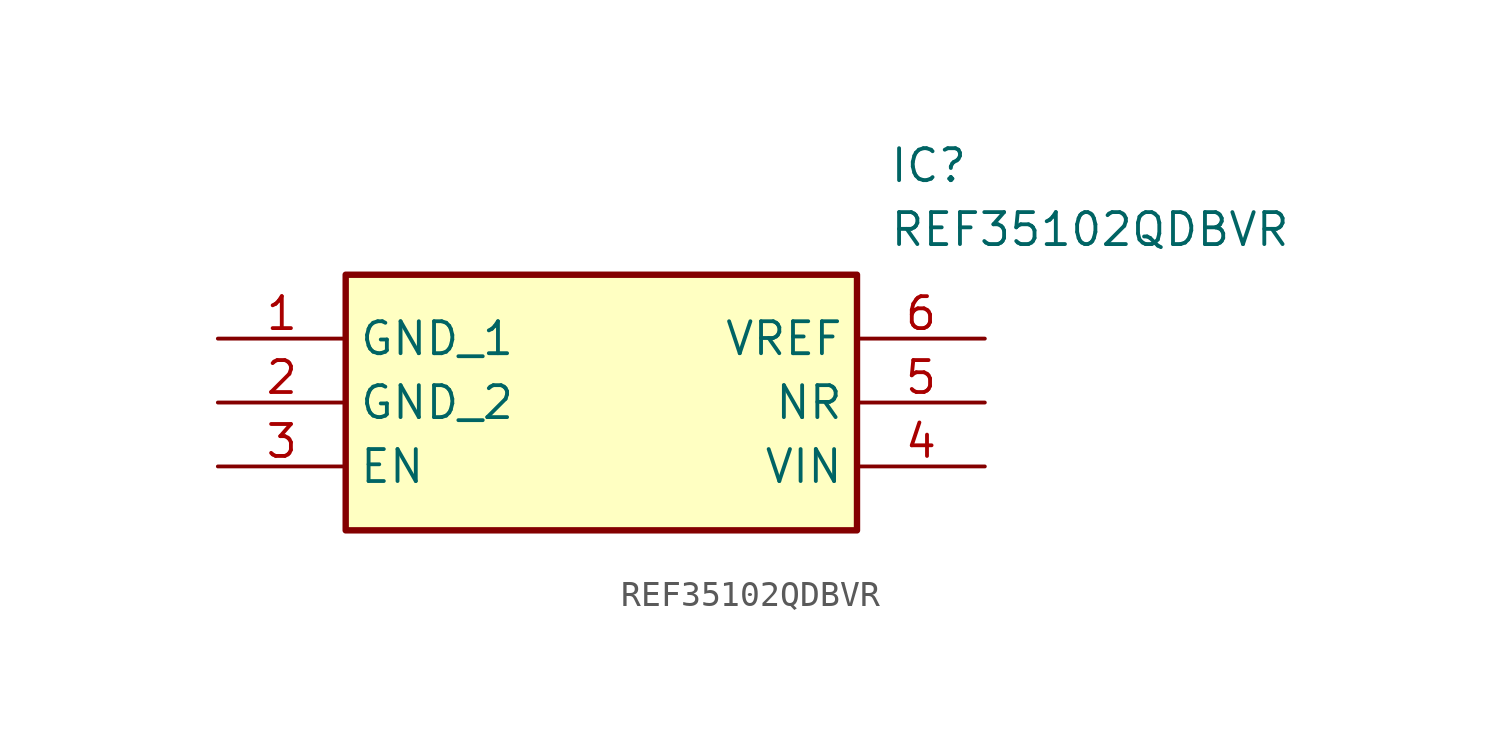
<source format=kicad_sym>
(kicad_symbol_lib
  (version 20211014)
  (generator SamacSys_ECAD_Model)
  (symbol "REF35102QDBVR"
    (property "Reference" "IC"
      (at 26.67 7.62 0)
      (effects (font (size 1.27 1.27)) (justify left top)))
    (property "Value" "REF35102QDBVR"
      (at 26.67 5.08 0)
      (effects (font (size 1.27 1.27)) (justify left top)))
    (rectangle
      (start 5.08 2.54)
      (end 25.4 -7.62)
      (stroke (width 0.254) (type default))
      (fill (type background)))
    (pin passive line
      (at 0 0 0)
      (length 5.08)
      (name "GND_1" (effects (font (size 1.27 1.27))))
      (number "1" (effects (font (size 1.27 1.27)))))
    (pin passive line
      (at 0 -2.54 0)
      (length 5.08)
      (name "GND_2" (effects (font (size 1.27 1.27))))
      (number "2" (effects (font (size 1.27 1.27)))))
    (pin passive line
      (at 0 -5.08 0)
      (length 5.08)
      (name "EN" (effects (font (size 1.27 1.27))))
      (number "3" (effects (font (size 1.27 1.27)))))
    (pin passive line
      (at 30.48 0 180)
      (length 5.08)
      (name "VREF" (effects (font (size 1.27 1.27))))
      (number "6" (effects (font (size 1.27 1.27)))))
    (pin passive line
      (at 30.48 -2.54 180)
      (length 5.08)
      (name "NR" (effects (font (size 1.27 1.27))))
      (number "5" (effects (font (size 1.27 1.27)))))
    (pin passive line
      (at 30.48 -5.08 180)
      (length 5.08)
      (name "VIN" (effects (font (size 1.27 1.27))))
      (number "4" (effects (font (size 1.27 1.27)))))))
</source>
